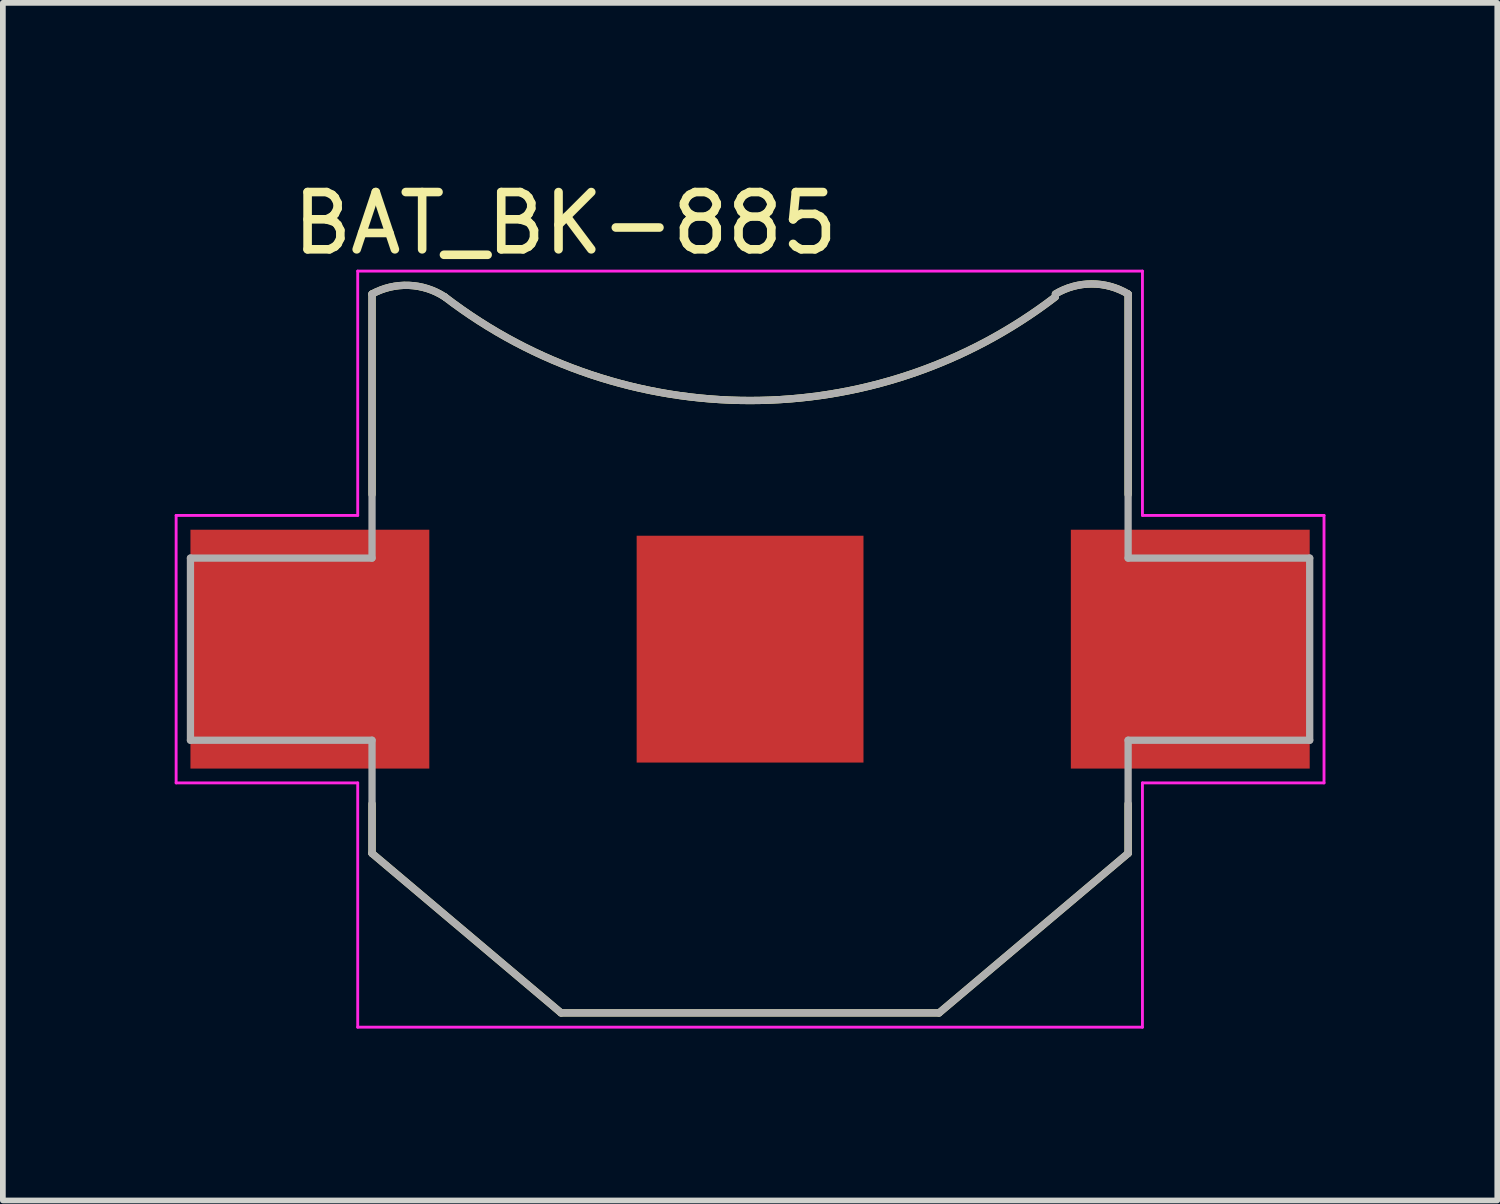
<source format=kicad_pcb>
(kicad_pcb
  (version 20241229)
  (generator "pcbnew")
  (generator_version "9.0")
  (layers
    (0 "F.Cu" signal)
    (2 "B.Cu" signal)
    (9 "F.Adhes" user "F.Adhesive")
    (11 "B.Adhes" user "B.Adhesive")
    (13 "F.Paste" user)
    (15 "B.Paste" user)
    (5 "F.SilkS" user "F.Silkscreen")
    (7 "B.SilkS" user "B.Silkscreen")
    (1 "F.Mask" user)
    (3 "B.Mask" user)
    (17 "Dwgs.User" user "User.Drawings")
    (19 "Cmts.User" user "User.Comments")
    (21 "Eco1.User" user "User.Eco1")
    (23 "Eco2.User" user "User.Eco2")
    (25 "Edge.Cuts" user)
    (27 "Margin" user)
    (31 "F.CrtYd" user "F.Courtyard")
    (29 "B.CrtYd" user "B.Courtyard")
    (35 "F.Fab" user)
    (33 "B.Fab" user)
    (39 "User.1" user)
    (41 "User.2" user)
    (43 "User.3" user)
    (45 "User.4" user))
  (footprint "BAT_BK-885"
    (layer "F.Cu")
    (at 10.045 8.283)
    (property "Reference" "BAT_BK-885" (at -3.225 -7.435 0) (layer "F.SilkS") (effects (font (size 1 1) (thickness 0.15))))
    (attr smd)
    (fp_line (start -6.6 -6.2) (end -6.6 -2.7) (stroke (width 0.127) (type solid)) (layer "F.SilkS"))
    (fp_line (start -6.6 2.7) (end -6.6 3.565) (stroke (width 0.127) (type solid)) (layer "F.SilkS"))
    (fp_line (start -6.6 3.565) (end -3.3 6.35) (stroke (width 0.127) (type solid)) (layer "F.SilkS"))
    (fp_line (start -3.3 6.35) (end 3.3 6.35) (stroke (width 0.127) (type solid)) (layer "F.SilkS"))
    (fp_line (start 3.3 6.35) (end 6.6 3.565) (stroke (width 0.127) (type solid)) (layer "F.SilkS"))
    (fp_line (start 6.6 -2.7) (end 6.6 -6.2) (stroke (width 0.127) (type solid)) (layer "F.SilkS"))
    (fp_line (start 6.6 3.565) (end 6.6 2.7) (stroke (width 0.127) (type solid)) (layer "F.SilkS"))
    (fp_arc (start -6.6 -6.2) (mid -5.958067 -6.351101) (end -5.33 -6.15) (stroke (width 0.127) (type solid)) (layer "F.SilkS"))
    (fp_arc (start 5.33 -6.2) (mid 5.965 -6.376101) (end 6.6 -6.2) (stroke (width 0.127) (type solid)) (layer "F.SilkS"))
    (fp_arc (start 5.33 -6.15) (mid 0 -4.340709) (end -5.33 -6.15) (stroke (width 0.127) (type solid)) (layer "F.SilkS"))
    (fp_line (start -10.02 -2.335) (end -10.02 2.335) (stroke (width 0.05) (type solid)) (layer "F.CrtYd"))
    (fp_line (start -10.02 2.335) (end -6.85 2.335) (stroke (width 0.05) (type solid)) (layer "F.CrtYd"))
    (fp_line (start -6.85 -6.6) (end -6.85 -2.335) (stroke (width 0.05) (type solid)) (layer "F.CrtYd"))
    (fp_line (start -6.85 -2.335) (end -10.02 -2.335) (stroke (width 0.05) (type solid)) (layer "F.CrtYd"))
    (fp_line (start -6.85 2.335) (end -6.85 6.6) (stroke (width 0.05) (type solid)) (layer "F.CrtYd"))
    (fp_line (start -6.85 6.6) (end 6.85 6.6) (stroke (width 0.05) (type solid)) (layer "F.CrtYd"))
    (fp_line (start 6.85 -6.6) (end -6.85 -6.6) (stroke (width 0.05) (type solid)) (layer "F.CrtYd"))
    (fp_line (start 6.85 -2.335) (end 6.85 -6.6) (stroke (width 0.05) (type solid)) (layer "F.CrtYd"))
    (fp_line (start 6.85 2.335) (end 10.02 2.335) (stroke (width 0.05) (type solid)) (layer "F.CrtYd"))
    (fp_line (start 6.85 6.6) (end 6.85 2.335) (stroke (width 0.05) (type solid)) (layer "F.CrtYd"))
    (fp_line (start 10.02 -2.335) (end 6.85 -2.335) (stroke (width 0.05) (type solid)) (layer "F.CrtYd"))
    (fp_line (start 10.02 2.335) (end 10.02 -2.335) (stroke (width 0.05) (type solid)) (layer "F.CrtYd"))
    (fp_line (start -9.77 -1.59) (end -9.77 1.59) (stroke (width 0.127) (type solid)) (layer "F.Fab"))
    (fp_line (start -9.77 1.59) (end -6.6 1.59) (stroke (width 0.127) (type solid)) (layer "F.Fab"))
    (fp_line (start -6.6 -6.2) (end -6.6 -1.59) (stroke (width 0.127) (type solid)) (layer "F.Fab"))
    (fp_line (start -6.6 -1.59) (end -9.77 -1.59) (stroke (width 0.127) (type solid)) (layer "F.Fab"))
    (fp_line (start -6.6 1.59) (end -6.6 3.565) (stroke (width 0.127) (type solid)) (layer "F.Fab"))
    (fp_line (start -6.6 3.565) (end -3.3 6.35) (stroke (width 0.127) (type solid)) (layer "F.Fab"))
    (fp_line (start -3.3 6.35) (end 3.3 6.35) (stroke (width 0.127) (type solid)) (layer "F.Fab"))
    (fp_line (start 3.3 6.35) (end 6.6 3.565) (stroke (width 0.127) (type solid)) (layer "F.Fab"))
    (fp_line (start 6.6 -1.59) (end 6.6 -6.2) (stroke (width 0.127) (type solid)) (layer "F.Fab"))
    (fp_line (start 6.6 1.59) (end 9.77 1.59) (stroke (width 0.127) (type solid)) (layer "F.Fab"))
    (fp_line (start 6.6 3.565) (end 6.6 1.59) (stroke (width 0.127) (type solid)) (layer "F.Fab"))
    (fp_line (start 9.77 -1.59) (end 6.6 -1.59) (stroke (width 0.127) (type solid)) (layer "F.Fab"))
    (fp_line (start 9.77 1.59) (end 9.77 -1.59) (stroke (width 0.127) (type solid)) (layer "F.Fab"))
    (fp_arc (start -6.6 -6.2) (mid -5.958067 -6.351101) (end -5.33 -6.15) (stroke (width 0.127) (type solid)) (layer "F.Fab"))
    (fp_arc (start 5.33 -6.2) (mid 5.965 -6.376101) (end 6.6 -6.2) (stroke (width 0.127) (type solid)) (layer "F.Fab"))
    (fp_arc (start 5.33 -6.15) (mid 0 -4.340709) (end -5.33 -6.15) (stroke (width 0.127) (type solid)) (layer "F.Fab"))
    (pad "+" smd rect (at -7.685 0) (size 4.17 4.17) (layers "F.Cu" "F.Mask" "F.Paste"))
    (pad "+" smd rect (at 7.685 0) (size 4.17 4.17) (layers "F.Cu" "F.Mask" "F.Paste"))
    (pad "-" smd rect (at 0 0) (size 3.96 3.96) (layers "F.Cu" "F.Mask")))
  (gr_rect
    (start -3 -3)
    (end 23.09 17.908)
    (stroke (width 0.1) (type default))
    (fill no)
    (layer "Edge.Cuts")))
</source>
